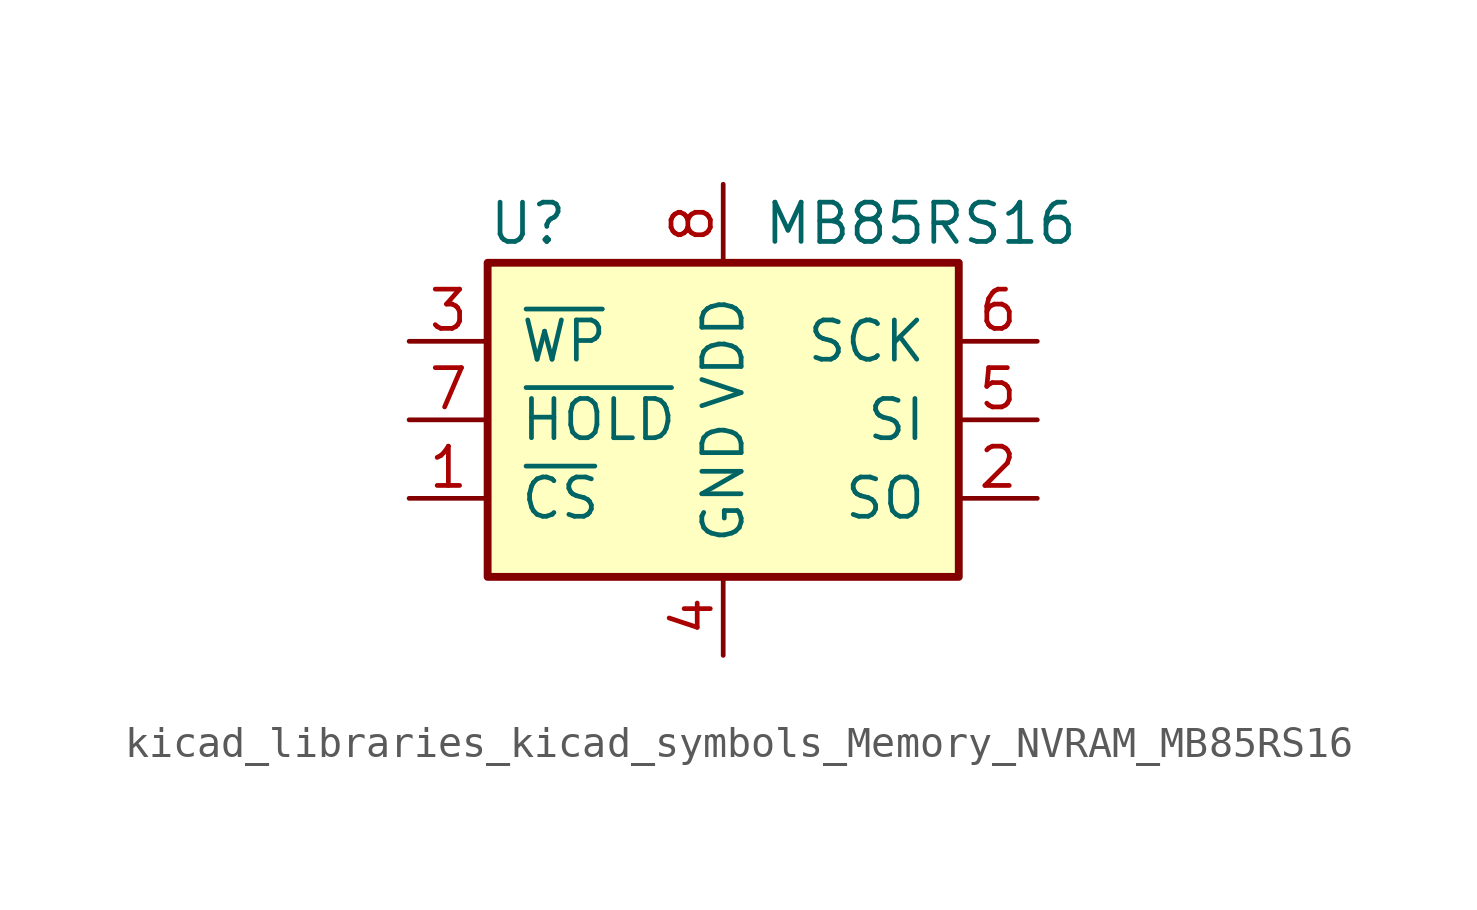
<source format=kicad_sym>
(kicad_symbol_lib
  (version 20220914)
  (generator kicad_symbol_editor)
  (symbol "kicad_libraries_kicad_symbols_Memory_NVRAM_MB85RS16"
    (pin_names
      (offset 1.016))
    (property "Reference" "U"
      (at -7.62 6.35 0)
      (effects (font (size 1.27 1.27)) (justify left)))
    (property "Value" "MB85RS16"
      (at 1.27 6.35 0)
      (effects (font (size 1.27 1.27)) (justify left)))
    (symbol "kicad_libraries_kicad_symbols_Memory_NVRAM_MB85RS16_0_1"
      (rectangle (start -7.62 5.08) (end 7.62 -5.08) (stroke (width 0.254) (type default)) (fill (type background))))
    (symbol "kicad_libraries_kicad_symbols_Memory_NVRAM_MB85RS16_1_1"
      (pin input line (at -10.16 -2.54 0) (length 2.54) (name "~{CS}" (effects (font (size 1.27 1.27)))) (number "1" (effects (font (size 1.27 1.27)))))
      (pin output line (at 10.16 -2.54 180) (length 2.54) (name "SO" (effects (font (size 1.27 1.27)))) (number "2" (effects (font (size 1.27 1.27)))))
      (pin input line (at -10.16 2.54 0) (length 2.54) (name "~{WP}" (effects (font (size 1.27 1.27)))) (number "3" (effects (font (size 1.27 1.27)))))
      (pin power_in line (at 0 -7.62 90) (length 2.54) (name "GND" (effects (font (size 1.27 1.27)))) (number "4" (effects (font (size 1.27 1.27)))))
      (pin input line (at 10.16 0 180) (length 2.54) (name "SI" (effects (font (size 1.27 1.27)))) (number "5" (effects (font (size 1.27 1.27)))))
      (pin input line (at 10.16 2.54 180) (length 2.54) (name "SCK" (effects (font (size 1.27 1.27)))) (number "6" (effects (font (size 1.27 1.27)))))
      (pin input line (at -10.16 0 0) (length 2.54) (name "~{HOLD}" (effects (font (size 1.27 1.27)))) (number "7" (effects (font (size 1.27 1.27)))))
      (pin power_in line (at 0 7.62 270) (length 2.54) (name "VDD" (effects (font (size 1.27 1.27)))) (number "8" (effects (font (size 1.27 1.27))))))))
</source>
